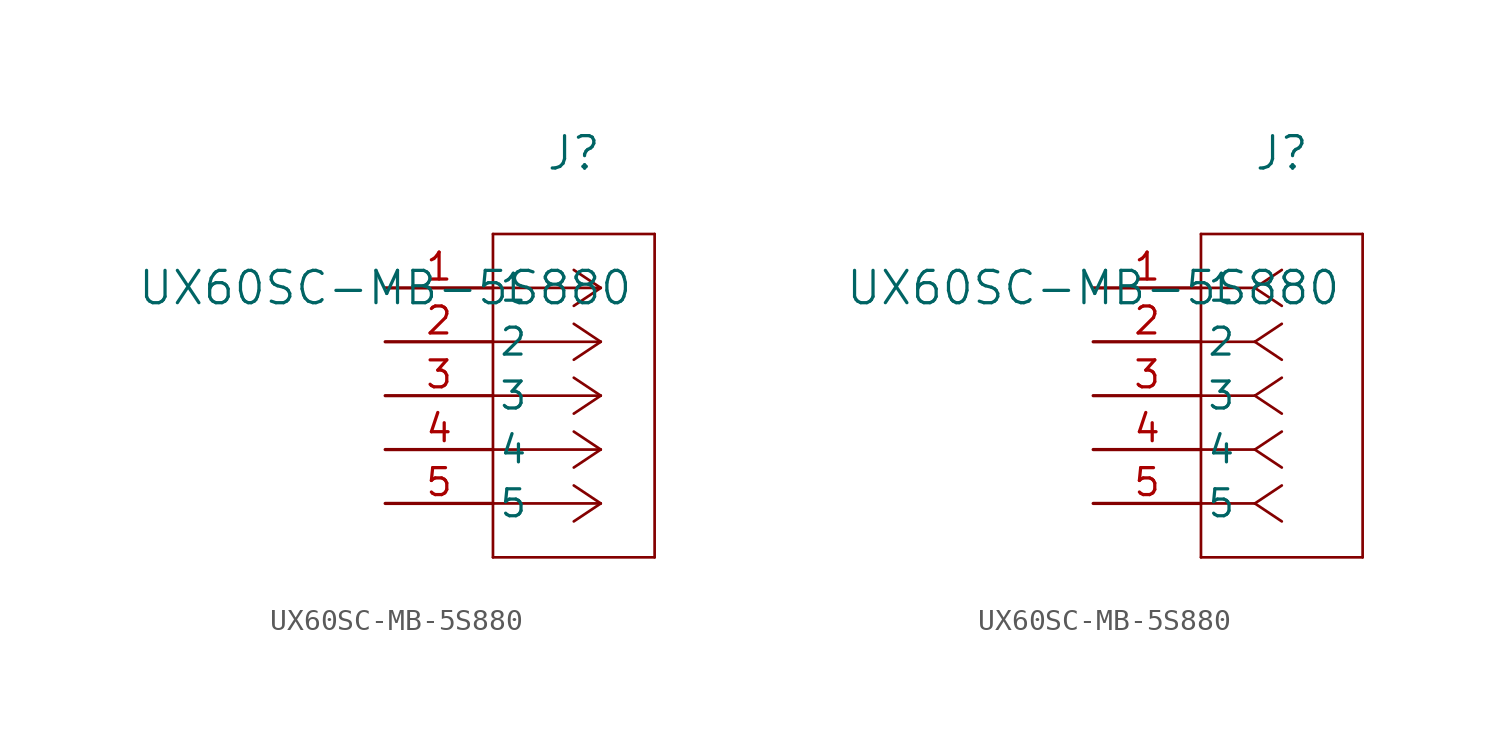
<source format=kicad_sym>
(kicad_symbol_lib
  (version 20211014)
  (generator kicad_symbol_editor)
  (symbol "UX60SC-MB-5S880"
    (pin_names
      (offset 0.254))
    (property "Reference" "J"
      (at 8.89 6.35 0)
      (effects (font (size 1.524 1.524))))
    (property "Value" "UX60SC-MB-5S880"
      (at 0 0 0)
      (effects (font (size 1.524 1.524))))
    (symbol "UX60SC-MB-5S880_1_1"
      (polyline (pts (xy 10.16 0) (xy 5.08 0)) (stroke (width 0.127) (type default) (color 0 0 0 0)) (fill (type none)))
      (polyline (pts (xy 10.16 -2.54) (xy 5.08 -2.54)) (stroke (width 0.127) (type default) (color 0 0 0 0)) (fill (type none)))
      (polyline (pts (xy 10.16 -5.08) (xy 5.08 -5.08)) (stroke (width 0.127) (type default) (color 0 0 0 0)) (fill (type none)))
      (polyline (pts (xy 10.16 -7.62) (xy 5.08 -7.62)) (stroke (width 0.127) (type default) (color 0 0 0 0)) (fill (type none)))
      (polyline (pts (xy 10.16 -10.16) (xy 5.08 -10.16)) (stroke (width 0.127) (type default) (color 0 0 0 0)) (fill (type none)))
      (polyline (pts (xy 10.16 0) (xy 8.89 0.847)) (stroke (width 0.127) (type default) (color 0 0 0 0)) (fill (type none)))
      (polyline (pts (xy 10.16 -2.54) (xy 8.89 -1.693)) (stroke (width 0.127) (type default) (color 0 0 0 0)) (fill (type none)))
      (polyline (pts (xy 10.16 -5.08) (xy 8.89 -4.233)) (stroke (width 0.127) (type default) (color 0 0 0 0)) (fill (type none)))
      (polyline (pts (xy 10.16 -7.62) (xy 8.89 -6.773)) (stroke (width 0.127) (type default) (color 0 0 0 0)) (fill (type none)))
      (polyline (pts (xy 10.16 -10.16) (xy 8.89 -9.313)) (stroke (width 0.127) (type default) (color 0 0 0 0)) (fill (type none)))
      (polyline (pts (xy 10.16 0) (xy 8.89 -0.847)) (stroke (width 0.127) (type default) (color 0 0 0 0)) (fill (type none)))
      (polyline (pts (xy 10.16 -2.54) (xy 8.89 -3.387)) (stroke (width 0.127) (type default) (color 0 0 0 0)) (fill (type none)))
      (polyline (pts (xy 10.16 -5.08) (xy 8.89 -5.927)) (stroke (width 0.127) (type default) (color 0 0 0 0)) (fill (type none)))
      (polyline (pts (xy 10.16 -7.62) (xy 8.89 -8.467)) (stroke (width 0.127) (type default) (color 0 0 0 0)) (fill (type none)))
      (polyline (pts (xy 10.16 -10.16) (xy 8.89 -11.007)) (stroke (width 0.127) (type default) (color 0 0 0 0)) (fill (type none)))
      (polyline (pts (xy 5.08 2.54) (xy 5.08 -12.7)) (stroke (width 0.127) (type default) (color 0 0 0 0)) (fill (type none)))
      (polyline (pts (xy 5.08 -12.7) (xy 12.7 -12.7)) (stroke (width 0.127) (type default) (color 0 0 0 0)) (fill (type none)))
      (polyline (pts (xy 12.7 -12.7) (xy 12.7 2.54)) (stroke (width 0.127) (type default) (color 0 0 0 0)) (fill (type none)))
      (polyline (pts (xy 12.7 2.54) (xy 5.08 2.54)) (stroke (width 0.127) (type default) (color 0 0 0 0)) (fill (type none)))
      (pin unspecified line (at 0 0 0) (length 5.08) (name "1" (effects (font (size 1.27 1.27)))) (number "1" (effects (font (size 1.27 1.27)))))
      (pin unspecified line (at 0 -2.54 0) (length 5.08) (name "2" (effects (font (size 1.27 1.27)))) (number "2" (effects (font (size 1.27 1.27)))))
      (pin unspecified line (at 0 -5.08 0) (length 5.08) (name "3" (effects (font (size 1.27 1.27)))) (number "3" (effects (font (size 1.27 1.27)))))
      (pin unspecified line (at 0 -7.62 0) (length 5.08) (name "4" (effects (font (size 1.27 1.27)))) (number "4" (effects (font (size 1.27 1.27)))))
      (pin unspecified line (at 0 -10.16 0) (length 5.08) (name "5" (effects (font (size 1.27 1.27)))) (number "5" (effects (font (size 1.27 1.27))))))
    (symbol "UX60SC-MB-5S880_1_2"
      (polyline (pts (xy 7.62 0) (xy 5.08 0)) (stroke (width 0.127) (type default) (color 0 0 0 0)) (fill (type none)))
      (polyline (pts (xy 7.62 -2.54) (xy 5.08 -2.54)) (stroke (width 0.127) (type default) (color 0 0 0 0)) (fill (type none)))
      (polyline (pts (xy 7.62 -5.08) (xy 5.08 -5.08)) (stroke (width 0.127) (type default) (color 0 0 0 0)) (fill (type none)))
      (polyline (pts (xy 7.62 -7.62) (xy 5.08 -7.62)) (stroke (width 0.127) (type default) (color 0 0 0 0)) (fill (type none)))
      (polyline (pts (xy 7.62 -10.16) (xy 5.08 -10.16)) (stroke (width 0.127) (type default) (color 0 0 0 0)) (fill (type none)))
      (polyline (pts (xy 7.62 0) (xy 8.89 0.847)) (stroke (width 0.127) (type default) (color 0 0 0 0)) (fill (type none)))
      (polyline (pts (xy 7.62 -2.54) (xy 8.89 -1.693)) (stroke (width 0.127) (type default) (color 0 0 0 0)) (fill (type none)))
      (polyline (pts (xy 7.62 -5.08) (xy 8.89 -4.233)) (stroke (width 0.127) (type default) (color 0 0 0 0)) (fill (type none)))
      (polyline (pts (xy 7.62 -7.62) (xy 8.89 -6.773)) (stroke (width 0.127) (type default) (color 0 0 0 0)) (fill (type none)))
      (polyline (pts (xy 7.62 -10.16) (xy 8.89 -9.313)) (stroke (width 0.127) (type default) (color 0 0 0 0)) (fill (type none)))
      (polyline (pts (xy 7.62 0) (xy 8.89 -0.847)) (stroke (width 0.127) (type default) (color 0 0 0 0)) (fill (type none)))
      (polyline (pts (xy 7.62 -2.54) (xy 8.89 -3.387)) (stroke (width 0.127) (type default) (color 0 0 0 0)) (fill (type none)))
      (polyline (pts (xy 7.62 -5.08) (xy 8.89 -5.927)) (stroke (width 0.127) (type default) (color 0 0 0 0)) (fill (type none)))
      (polyline (pts (xy 7.62 -7.62) (xy 8.89 -8.467)) (stroke (width 0.127) (type default) (color 0 0 0 0)) (fill (type none)))
      (polyline (pts (xy 7.62 -10.16) (xy 8.89 -11.007)) (stroke (width 0.127) (type default) (color 0 0 0 0)) (fill (type none)))
      (polyline (pts (xy 5.08 2.54) (xy 5.08 -12.7)) (stroke (width 0.127) (type default) (color 0 0 0 0)) (fill (type none)))
      (polyline (pts (xy 5.08 -12.7) (xy 12.7 -12.7)) (stroke (width 0.127) (type default) (color 0 0 0 0)) (fill (type none)))
      (polyline (pts (xy 12.7 -12.7) (xy 12.7 2.54)) (stroke (width 0.127) (type default) (color 0 0 0 0)) (fill (type none)))
      (polyline (pts (xy 12.7 2.54) (xy 5.08 2.54)) (stroke (width 0.127) (type default) (color 0 0 0 0)) (fill (type none)))
      (pin unspecified line (at 0 0 0) (length 5.08) (name "1" (effects (font (size 1.27 1.27)))) (number "1" (effects (font (size 1.27 1.27)))))
      (pin unspecified line (at 0 -2.54 0) (length 5.08) (name "2" (effects (font (size 1.27 1.27)))) (number "2" (effects (font (size 1.27 1.27)))))
      (pin unspecified line (at 0 -5.08 0) (length 5.08) (name "3" (effects (font (size 1.27 1.27)))) (number "3" (effects (font (size 1.27 1.27)))))
      (pin unspecified line (at 0 -7.62 0) (length 5.08) (name "4" (effects (font (size 1.27 1.27)))) (number "4" (effects (font (size 1.27 1.27)))))
      (pin unspecified line (at 0 -10.16 0) (length 5.08) (name "5" (effects (font (size 1.27 1.27)))) (number "5" (effects (font (size 1.27 1.27))))))))
</source>
